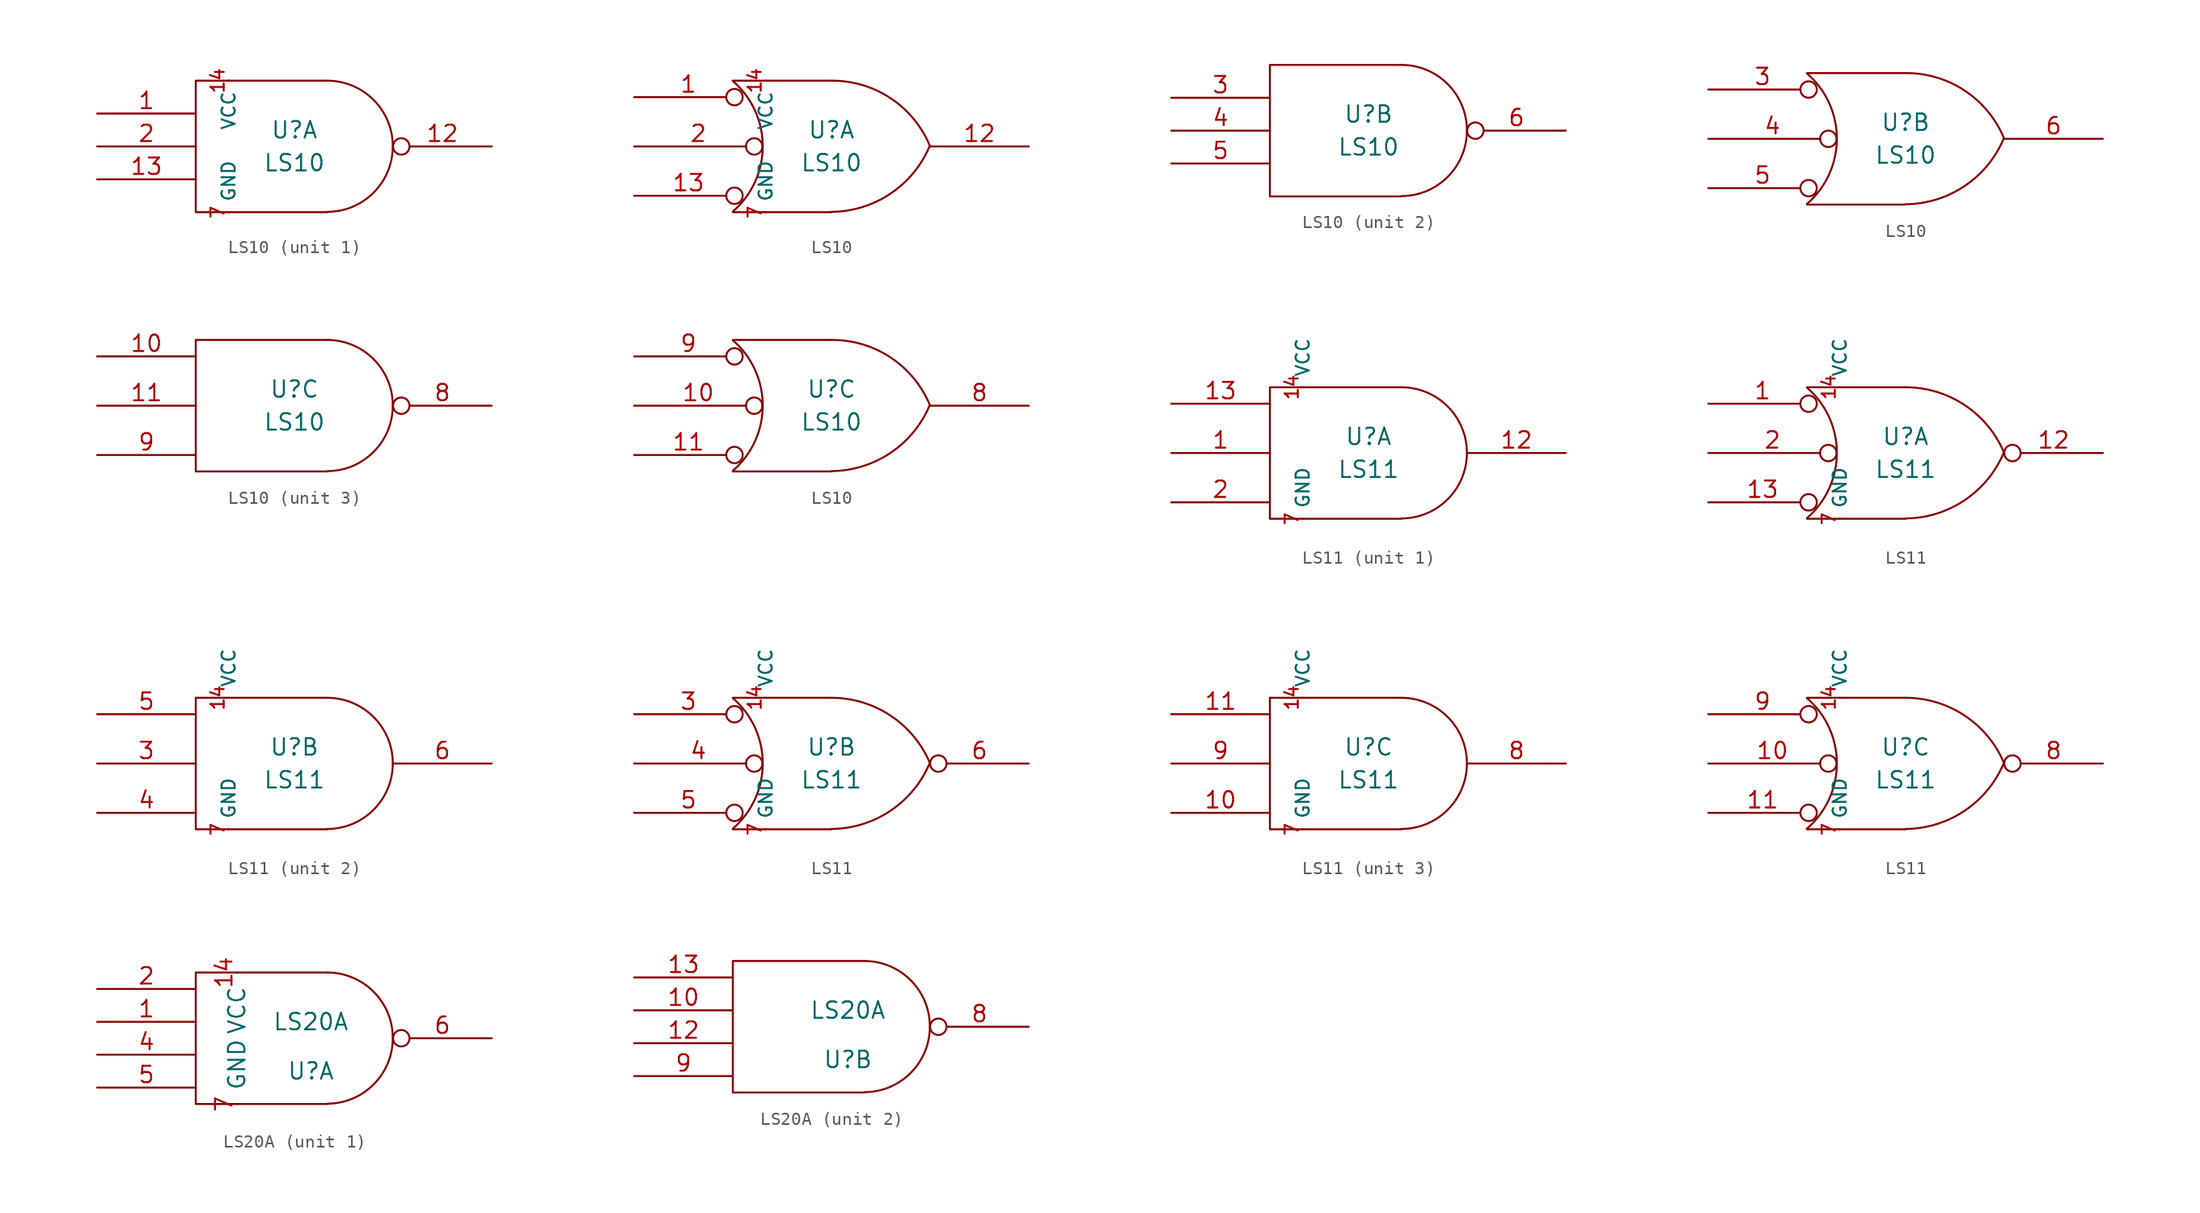
<source format=kicad_sym>
(kicad_symbol_lib
  (version 20211014)
  (generator kicad_symbol_editor)
  (symbol "LS10"
    (pin_names
      (offset 0.762))
    (property "Reference" "U"
      (at 0 1.27 0)
      (effects (font (size 1.27 1.27))))
    (property "Value" "LS10"
      (at 0 -1.27 0)
      (effects (font (size 1.27 1.27))))
    (symbol "LS10_0_1"
      (polyline (pts (xy 2.54 5.08) (xy -7.62 5.08) (xy -7.62 -5.08) (xy 2.54 -5.08)) (stroke (width 0) (type default) (color 0 0 0 0)) (fill (type none)))
      (arc (start 2.5654 -5.0546) (mid 7.5947 0.0127) (end 2.5654 5.08) (stroke (width 0) (type default) (color 0 0 0 0)) (fill (type none))))
    (symbol "LS10_0_2"
      (arc (start -7.62 -5.0292) (mid -5.3094 0.0127) (end -7.62 5.0546) (stroke (width 0) (type default) (color 0 0 0 0)) (fill (type none)))
      (arc (start 0 -5.0546) (mid 4.5649 -3.6437) (end 7.5946 0.0508) (stroke (width 0) (type default) (color 0 0 0 0)) (fill (type none)))
      (polyline (pts (xy -7.62 -5.08) (xy 0 -5.08)) (stroke (width 0) (type default) (color 0 0 0 0)) (fill (type none)))
      (polyline (pts (xy -7.62 5.08) (xy 0 5.08)) (stroke (width 0) (type default) (color 0 0 0 0)) (fill (type none)))
      (arc (start 7.62 0) (mid 4.6112 3.6959) (end 0.0508 5.08) (stroke (width 0) (type default) (color 0 0 0 0)) (fill (type none))))
    (symbol "LS10_1_0"
      (pin power_in line (at -5.08 5.08 270) (length 0) (name "VCC" (effects (font (size 1.016 1.016)))) (number "14" (effects (font (size 1.016 1.016)))))
      (pin power_in line (at -5.08 -5.08 90) (length 0) (name "GND" (effects (font (size 1.016 1.016)))) (number "7" (effects (font (size 1.016 1.016))))))
    (symbol "LS10_1_1"
      (pin input line (at -15.24 2.54 0) (length 7.62) (name "~" (effects (font (size 1.27 1.27)))) (number "1" (effects (font (size 1.27 1.27)))))
      (pin output inverted (at 15.24 0 180) (length 7.62) (name "~" (effects (font (size 1.27 1.27)))) (number "12" (effects (font (size 1.27 1.27)))))
      (pin input line (at -15.24 -2.54 0) (length 7.62) (name "~" (effects (font (size 1.27 1.27)))) (number "13" (effects (font (size 1.27 1.27)))))
      (pin input line (at -15.24 0 0) (length 7.62) (name "~" (effects (font (size 1.27 1.27)))) (number "2" (effects (font (size 1.27 1.27))))))
    (symbol "LS10_1_2"
      (pin input inverted (at -15.24 3.81 0) (length 8.382) (name "~" (effects (font (size 1.27 1.27)))) (number "1" (effects (font (size 1.27 1.27)))))
      (pin output line (at 15.24 0 180) (length 7.62) (name "~" (effects (font (size 1.27 1.27)))) (number "12" (effects (font (size 1.27 1.27)))))
      (pin input inverted (at -15.24 -3.81 0) (length 8.382) (name "~" (effects (font (size 1.27 1.27)))) (number "13" (effects (font (size 1.27 1.27)))))
      (pin input inverted (at -15.24 0 0) (length 9.906) (name "~" (effects (font (size 1.27 1.27)))) (number "2" (effects (font (size 1.27 1.27))))))
    (symbol "LS10_2_1"
      (pin input line (at -15.24 2.54 0) (length 7.62) (name "~" (effects (font (size 1.27 1.27)))) (number "3" (effects (font (size 1.27 1.27)))))
      (pin input line (at -15.24 0 0) (length 7.62) (name "~" (effects (font (size 1.27 1.27)))) (number "4" (effects (font (size 1.27 1.27)))))
      (pin input line (at -15.24 -2.54 0) (length 7.62) (name "~" (effects (font (size 1.27 1.27)))) (number "5" (effects (font (size 1.27 1.27)))))
      (pin output inverted (at 15.24 0 180) (length 7.62) (name "~" (effects (font (size 1.27 1.27)))) (number "6" (effects (font (size 1.27 1.27))))))
    (symbol "LS10_2_2"
      (pin input inverted (at -15.24 3.81 0) (length 8.382) (name "~" (effects (font (size 1.27 1.27)))) (number "3" (effects (font (size 1.27 1.27)))))
      (pin input inverted (at -15.24 0 0) (length 9.906) (name "~" (effects (font (size 1.27 1.27)))) (number "4" (effects (font (size 1.27 1.27)))))
      (pin input inverted (at -15.24 -3.81 0) (length 8.382) (name "~" (effects (font (size 1.27 1.27)))) (number "5" (effects (font (size 1.27 1.27)))))
      (pin output line (at 15.24 0 180) (length 7.62) (name "~" (effects (font (size 1.27 1.27)))) (number "6" (effects (font (size 1.27 1.27))))))
    (symbol "LS10_3_1"
      (pin input line (at -15.24 3.81 0) (length 7.62) (name "~" (effects (font (size 1.27 1.27)))) (number "10" (effects (font (size 1.27 1.27)))))
      (pin input line (at -15.24 0 0) (length 7.62) (name "~" (effects (font (size 1.27 1.27)))) (number "11" (effects (font (size 1.27 1.27)))))
      (pin output inverted (at 15.24 0 180) (length 7.62) (name "~" (effects (font (size 1.27 1.27)))) (number "8" (effects (font (size 1.27 1.27)))))
      (pin input line (at -15.24 -3.81 0) (length 7.62) (name "~" (effects (font (size 1.27 1.27)))) (number "9" (effects (font (size 1.27 1.27))))))
    (symbol "LS10_3_2"
      (pin input inverted (at -15.24 0 0) (length 9.906) (name "~" (effects (font (size 1.27 1.27)))) (number "10" (effects (font (size 1.27 1.27)))))
      (pin input inverted (at -15.24 -3.81 0) (length 8.382) (name "~" (effects (font (size 1.27 1.27)))) (number "11" (effects (font (size 1.27 1.27)))))
      (pin output line (at 15.24 0 180) (length 7.62) (name "~" (effects (font (size 1.27 1.27)))) (number "8" (effects (font (size 1.27 1.27)))))
      (pin input inverted (at -15.24 3.81 0) (length 8.382) (name "~" (effects (font (size 1.27 1.27)))) (number "9" (effects (font (size 1.27 1.27)))))))
  (symbol "LS11"
    (pin_names
      (offset 0.762))
    (property "Reference" "U"
      (at 0 1.27 0)
      (effects (font (size 1.27 1.27))))
    (property "Value" "LS11"
      (at 0 -1.27 0)
      (effects (font (size 1.27 1.27))))
    (symbol "LS11_0_0"
      (pin power_in line (at -5.08 5.08 90) (length 0) (name "VCC" (effects (font (size 1.016 1.016)))) (number "14" (effects (font (size 1.016 1.016)))))
      (pin power_in line (at -5.08 -5.08 90) (length 0) (name "GND" (effects (font (size 1.016 1.016)))) (number "7" (effects (font (size 1.016 1.016))))))
    (symbol "LS11_0_1"
      (polyline (pts (xy 2.54 5.08) (xy -7.62 5.08) (xy -7.62 -5.08) (xy 2.54 -5.08)) (stroke (width 0) (type default) (color 0 0 0 0)) (fill (type none)))
      (arc (start 2.5654 -5.0546) (mid 7.5947 0.0127) (end 2.5654 5.08) (stroke (width 0) (type default) (color 0 0 0 0)) (fill (type none))))
    (symbol "LS11_0_2"
      (arc (start -7.62 -5.0292) (mid -5.3094 0.0127) (end -7.62 5.0546) (stroke (width 0.1524) (type default) (color 0 0 0 0)) (fill (type none)))
      (arc (start 0 -5.0546) (mid 4.5649 -3.6437) (end 7.5946 0.0508) (stroke (width 0.1524) (type default) (color 0 0 0 0)) (fill (type none)))
      (polyline (pts (xy -7.62 -5.08) (xy 0 -5.08)) (stroke (width 0.152) (type default) (color 0 0 0 0)) (fill (type none)))
      (polyline (pts (xy -7.62 5.08) (xy 0 5.08)) (stroke (width 0.152) (type default) (color 0 0 0 0)) (fill (type none)))
      (arc (start 7.62 0) (mid 4.5791 3.6936) (end 0 5.08) (stroke (width 0.1524) (type default) (color 0 0 0 0)) (fill (type none))))
    (symbol "LS11_1_1"
      (pin input line (at -15.24 0 0) (length 7.62) (name "~" (effects (font (size 1.27 1.27)))) (number "1" (effects (font (size 1.27 1.27)))))
      (pin output line (at 15.24 0 180) (length 7.62) (name "~" (effects (font (size 1.27 1.27)))) (number "12" (effects (font (size 1.27 1.27)))))
      (pin input line (at -15.24 3.81 0) (length 7.62) (name "~" (effects (font (size 1.27 1.27)))) (number "13" (effects (font (size 1.27 1.27)))))
      (pin input line (at -15.24 -3.81 0) (length 7.62) (name "~" (effects (font (size 1.27 1.27)))) (number "2" (effects (font (size 1.27 1.27))))))
    (symbol "LS11_1_2"
      (pin input inverted (at -15.24 3.81 0) (length 8.382) (name "~" (effects (font (size 1.27 1.27)))) (number "1" (effects (font (size 1.27 1.27)))))
      (pin output inverted (at 15.24 0 180) (length 7.62) (name "~" (effects (font (size 1.27 1.27)))) (number "12" (effects (font (size 1.27 1.27)))))
      (pin input inverted (at -15.24 -3.81 0) (length 8.382) (name "~" (effects (font (size 1.27 1.27)))) (number "13" (effects (font (size 1.27 1.27)))))
      (pin input inverted (at -15.24 0 0) (length 9.906) (name "~" (effects (font (size 1.27 1.27)))) (number "2" (effects (font (size 1.27 1.27))))))
    (symbol "LS11_2_1"
      (pin input line (at -15.24 0 0) (length 7.62) (name "~" (effects (font (size 1.27 1.27)))) (number "3" (effects (font (size 1.27 1.27)))))
      (pin input line (at -15.24 -3.81 0) (length 7.62) (name "~" (effects (font (size 1.27 1.27)))) (number "4" (effects (font (size 1.27 1.27)))))
      (pin input line (at -15.24 3.81 0) (length 7.62) (name "~" (effects (font (size 1.27 1.27)))) (number "5" (effects (font (size 1.27 1.27)))))
      (pin output line (at 15.24 0 180) (length 7.62) (name "~" (effects (font (size 1.27 1.27)))) (number "6" (effects (font (size 1.27 1.27))))))
    (symbol "LS11_2_2"
      (pin input inverted (at -15.24 3.81 0) (length 8.382) (name "~" (effects (font (size 1.27 1.27)))) (number "3" (effects (font (size 1.27 1.27)))))
      (pin input inverted (at -15.24 0 0) (length 9.906) (name "~" (effects (font (size 1.27 1.27)))) (number "4" (effects (font (size 1.27 1.27)))))
      (pin input inverted (at -15.24 -3.81 0) (length 8.382) (name "~" (effects (font (size 1.27 1.27)))) (number "5" (effects (font (size 1.27 1.27)))))
      (pin output inverted (at 15.24 0 180) (length 7.62) (name "~" (effects (font (size 1.27 1.27)))) (number "6" (effects (font (size 1.27 1.27))))))
    (symbol "LS11_3_1"
      (pin input line (at -15.24 -3.81 0) (length 7.62) (name "~" (effects (font (size 1.27 1.27)))) (number "10" (effects (font (size 1.27 1.27)))))
      (pin input line (at -15.24 3.81 0) (length 7.62) (name "~" (effects (font (size 1.27 1.27)))) (number "11" (effects (font (size 1.27 1.27)))))
      (pin output line (at 15.24 0 180) (length 7.62) (name "~" (effects (font (size 1.27 1.27)))) (number "8" (effects (font (size 1.27 1.27)))))
      (pin input line (at -15.24 0 0) (length 7.62) (name "~" (effects (font (size 1.27 1.27)))) (number "9" (effects (font (size 1.27 1.27))))))
    (symbol "LS11_3_2"
      (pin input inverted (at -15.24 0 0) (length 9.906) (name "~" (effects (font (size 1.27 1.27)))) (number "10" (effects (font (size 1.27 1.27)))))
      (pin input inverted (at -15.24 -3.81 0) (length 8.382) (name "~" (effects (font (size 1.27 1.27)))) (number "11" (effects (font (size 1.27 1.27)))))
      (pin output inverted (at 15.24 0 180) (length 7.62) (name "~" (effects (font (size 1.27 1.27)))) (number "8" (effects (font (size 1.27 1.27)))))
      (pin input inverted (at -15.24 3.81 0) (length 8.382) (name "~" (effects (font (size 1.27 1.27)))) (number "9" (effects (font (size 1.27 1.27)))))))
  (symbol "LS20A"
    (pin_names
      (offset 1.016))
    (property "Reference" "U"
      (at 1.27 -2.54 0)
      (effects (font (size 1.27 1.27))))
    (property "Value" "LS20A"
      (at 1.27 1.27 0)
      (effects (font (size 1.27 1.27))))
    (symbol "LS20A_1_1"
      (polyline (pts (xy 2.54 5.08) (xy -7.62 5.08) (xy -7.62 -5.08) (xy 2.54 -5.08)) (stroke (width 0) (type default) (color 0 0 0 0)) (fill (type none)))
      (arc (start 2.5654 -5.0546) (mid 7.5947 0.0127) (end 2.5654 5.08) (stroke (width 0) (type default) (color 0 0 0 0)) (fill (type none)))
      (pin input line (at -15.24 1.27 0) (length 7.62) (name "~" (effects (font (size 1.27 1.27)))) (number "1" (effects (font (size 1.27 1.27)))))
      (pin power_in line (at -4.445 5.08 270) (length 0) (name "VCC" (effects (font (size 1.27 1.27)))) (number "14" (effects (font (size 1.27 1.27)))))
      (pin input line (at -15.24 3.81 0) (length 7.62) (name "~" (effects (font (size 1.27 1.27)))) (number "2" (effects (font (size 1.27 1.27)))))
      (pin input line (at -15.24 -1.27 0) (length 7.62) (name "~" (effects (font (size 1.27 1.27)))) (number "4" (effects (font (size 1.27 1.27)))))
      (pin input line (at -15.24 -3.81 0) (length 7.62) (name "~" (effects (font (size 1.27 1.27)))) (number "5" (effects (font (size 1.27 1.27)))))
      (pin output inverted (at 15.24 0 180) (length 7.62) (name "~" (effects (font (size 1.27 1.27)))) (number "6" (effects (font (size 1.27 1.27)))))
      (pin power_in line (at -4.445 -5.08 90) (length 0) (name "GND" (effects (font (size 1.27 1.27)))) (number "7" (effects (font (size 1.27 1.27))))))
    (symbol "LS20A_2_1"
      (polyline (pts (xy 2.54 5.08) (xy -7.62 5.08) (xy -7.62 -5.08) (xy 2.54 -5.08)) (stroke (width 0) (type default) (color 0 0 0 0)) (fill (type none)))
      (arc (start 2.5654 -5.0546) (mid 7.5947 0.0127) (end 2.5654 5.08) (stroke (width 0) (type default) (color 0 0 0 0)) (fill (type none)))
      (pin input line (at -15.24 1.27 0) (length 7.62) (name "~" (effects (font (size 1.27 1.27)))) (number "10" (effects (font (size 1.27 1.27)))))
      (pin input line (at -15.24 -1.27 0) (length 7.62) (name "~" (effects (font (size 1.27 1.27)))) (number "12" (effects (font (size 1.27 1.27)))))
      (pin input line (at -15.24 3.81 0) (length 7.62) (name "~" (effects (font (size 1.27 1.27)))) (number "13" (effects (font (size 1.27 1.27)))))
      (pin output inverted (at 15.24 0 180) (length 7.62) (name "~" (effects (font (size 1.27 1.27)))) (number "8" (effects (font (size 1.27 1.27)))))
      (pin input line (at -15.24 -3.81 0) (length 7.62) (name "~" (effects (font (size 1.27 1.27)))) (number "9" (effects (font (size 1.27 1.27))))))))
</source>
